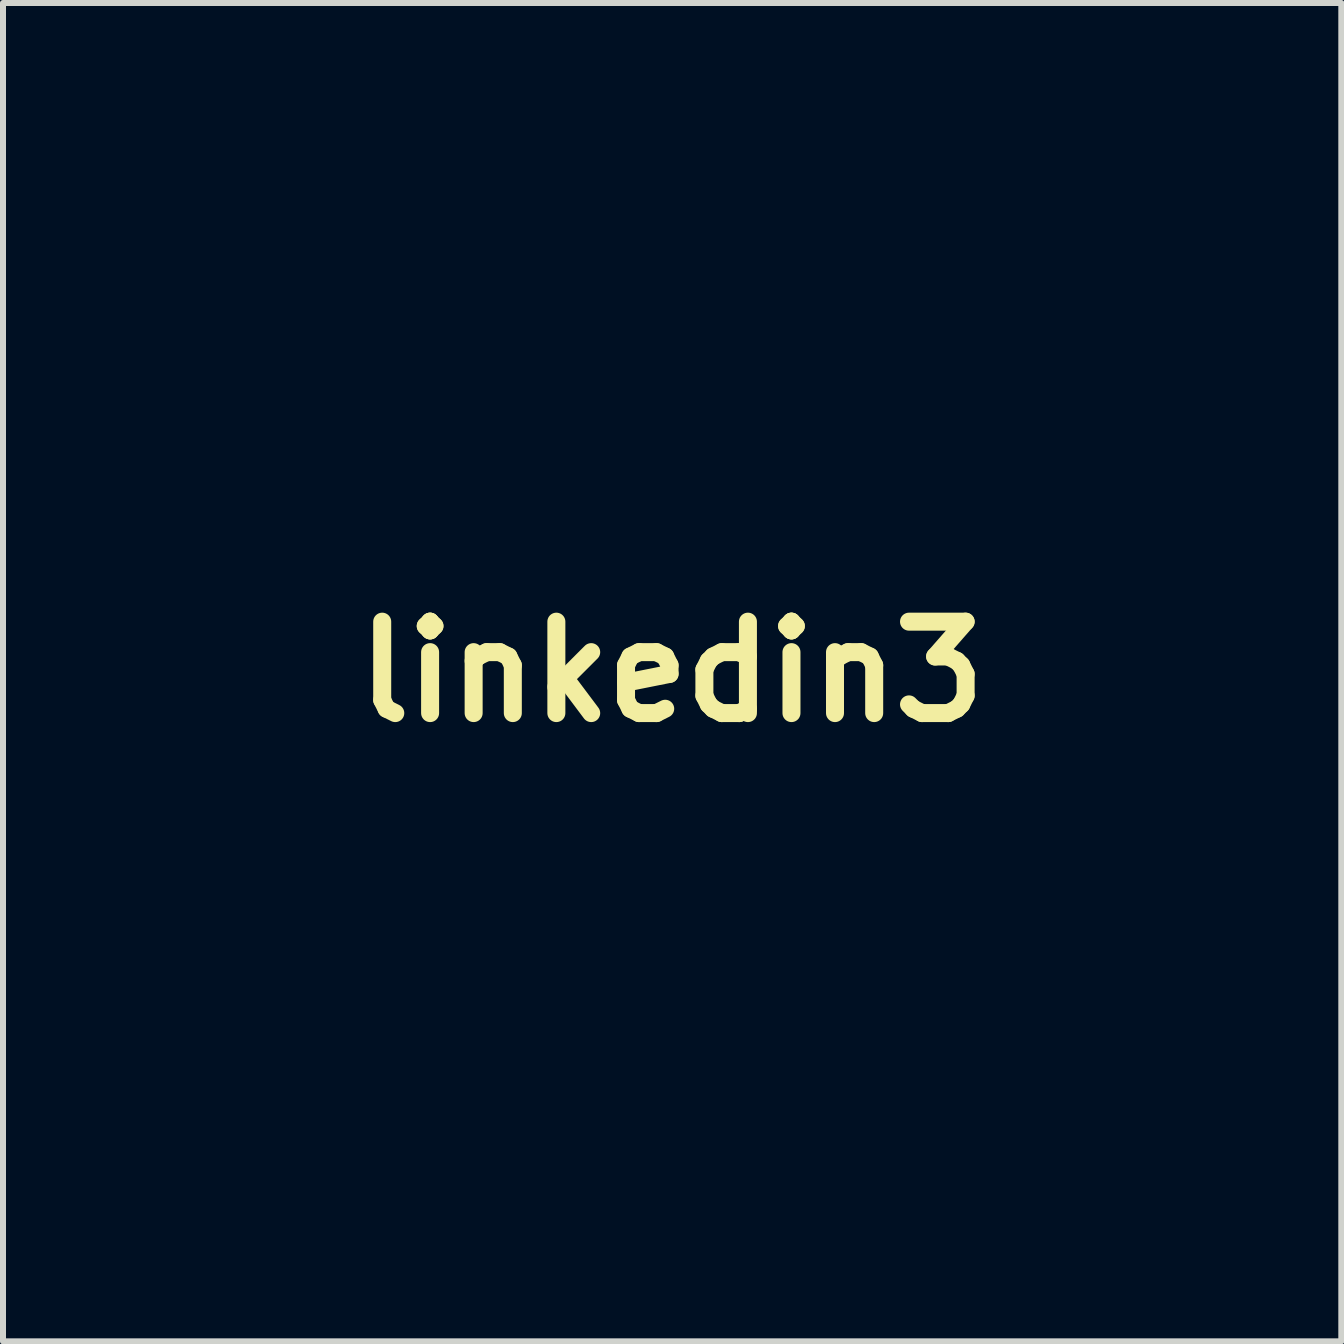
<source format=kicad_pcb>
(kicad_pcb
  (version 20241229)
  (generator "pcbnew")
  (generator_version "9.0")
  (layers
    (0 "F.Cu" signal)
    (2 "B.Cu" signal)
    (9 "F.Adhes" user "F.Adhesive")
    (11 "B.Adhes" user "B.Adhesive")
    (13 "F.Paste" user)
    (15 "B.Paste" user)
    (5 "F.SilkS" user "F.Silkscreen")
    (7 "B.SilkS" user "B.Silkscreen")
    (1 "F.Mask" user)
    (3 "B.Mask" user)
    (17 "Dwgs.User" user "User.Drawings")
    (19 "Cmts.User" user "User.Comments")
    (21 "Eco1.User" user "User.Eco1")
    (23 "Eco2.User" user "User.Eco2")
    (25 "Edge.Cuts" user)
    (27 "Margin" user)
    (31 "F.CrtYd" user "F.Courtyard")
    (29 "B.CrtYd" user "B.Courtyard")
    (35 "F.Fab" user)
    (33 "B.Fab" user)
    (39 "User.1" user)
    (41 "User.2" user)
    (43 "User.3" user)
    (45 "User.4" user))
  (footprint "linkedin3"
    (layer "F.Cu")
    (at 8.147 8.147)
    (property "Reference" "linkedin3" (at 0 0 0) (layer "F.SilkS") (effects (font (size 1.524 1.524) (thickness 0.3))))
    (attr through_hole)
    (fp_poly (pts (xy -5.179 0.254) (xy -5.179 -0.24) (xy -4.685 -0.24) (xy -4.685 0.254) (xy -5.179 0.254)) (stroke (width 0.01) (type solid)) (fill yes) (layer "B.Mask"))
    (fp_poly (pts (xy -5.179 1.736) (xy -5.673 1.736) (xy -5.673 1.242) (xy -5.179 1.242) (xy -5.179 1.736)) (stroke (width 0.01) (type solid)) (fill yes) (layer "B.Mask"))
    (fp_poly (pts (xy -4.191 -1.228) (xy -4.191 -1.722) (xy -3.697 -1.722) (xy -3.697 -1.228) (xy -4.191 -1.228)) (stroke (width 0.01) (type solid)) (fill yes) (layer "B.Mask"))
    (fp_poly (pts (xy -2.709 -0.24) (xy -2.709 -0.734) (xy -2.215 -0.734) (xy -2.215 -0.24) (xy -2.709 -0.24)) (stroke (width 0.01) (type solid)) (fill yes) (layer "B.Mask"))
    (fp_poly (pts (xy -1.722 -0.24) (xy -1.722 0.254) (xy -2.215 0.254) (xy -2.215 -0.24) (xy -1.722 -0.24)) (stroke (width 0.01) (type solid)) (fill yes) (layer "B.Mask"))
    (fp_poly (pts (xy -1.228 -2.709) (xy -0.734 -2.709) (xy -0.734 -2.215) (xy -1.228 -2.215) (xy -1.228 -2.709)) (stroke (width 0.01) (type solid)) (fill yes) (layer "B.Mask"))
    (fp_poly (pts (xy -1.228 -1.722) (xy -1.722 -1.722) (xy -1.722 -2.215) (xy -1.228 -2.215) (xy -1.228 -1.722)) (stroke (width 0.01) (type solid)) (fill yes) (layer "B.Mask"))
    (fp_poly (pts (xy -1.228 0.748) (xy -1.722 0.748) (xy -1.722 0.254) (xy -1.228 0.254) (xy -1.228 0.748)) (stroke (width 0.01) (type solid)) (fill yes) (layer "B.Mask"))
    (fp_poly (pts (xy -0.734 4.205) (xy -1.228 4.205) (xy -1.228 3.711) (xy -0.734 3.711) (xy -0.734 4.205)) (stroke (width 0.01) (type solid)) (fill yes) (layer "B.Mask"))
    (fp_poly (pts (xy -0.24 -1.722) (xy -0.734 -1.722) (xy -0.734 -2.215) (xy -0.24 -2.215) (xy -0.24 -1.722)) (stroke (width 0.01) (type solid)) (fill yes) (layer "B.Mask"))
    (fp_poly (pts (xy 1.242 -6.66) (xy 1.736 -6.66) (xy 1.736 -5.673) (xy 1.242 -5.673) (xy 1.242 -6.66)) (stroke (width 0.01) (type solid)) (fill yes) (layer "B.Mask"))
    (fp_poly (pts (xy 1.242 -5.179) (xy 0.748 -5.179) (xy 0.748 -5.673) (xy 1.242 -5.673) (xy 1.242 -5.179)) (stroke (width 0.01) (type solid)) (fill yes) (layer "B.Mask"))
    (fp_poly (pts (xy 1.242 1.736) (xy 0.748 1.736) (xy 0.748 1.242) (xy 1.242 1.242) (xy 1.242 1.736)) (stroke (width 0.01) (type solid)) (fill yes) (layer "B.Mask"))
    (fp_poly (pts (xy 2.723 -3.697) (xy 2.23 -3.697) (xy 2.23 -4.191) (xy 2.723 -4.191) (xy 2.723 -3.697)) (stroke (width 0.01) (type solid)) (fill yes) (layer "B.Mask"))
    (fp_poly (pts (xy 2.723 -1.228) (xy 2.23 -1.228) (xy 2.23 -2.215) (xy 2.723 -2.215) (xy 2.723 -1.228)) (stroke (width 0.01) (type solid)) (fill yes) (layer "B.Mask"))
    (fp_poly (pts (xy 2.723 3.711) (xy 2.23 3.711) (xy 2.23 3.217) (xy 2.723 3.217) (xy 2.723 3.711)) (stroke (width 0.01) (type solid)) (fill yes) (layer "B.Mask"))
    (fp_poly (pts (xy 5.193 5.193) (xy 5.193 4.699) (xy 5.687 4.699) (xy 5.687 5.193) (xy 5.193 5.193)) (stroke (width 0.01) (type solid)) (fill yes) (layer "B.Mask"))
    (fp_poly (pts (xy -1.722 4.205) (xy -2.215 4.205) (xy -2.215 3.711) (xy -2.709 3.711) (xy -2.709 3.217) (xy -1.722 3.217) (xy -1.722 4.205)) (stroke (width 0.01) (type solid)) (fill yes) (layer "B.Mask"))
    (fp_poly (pts (xy 1.242 6.181) (xy 0.748 6.181) (xy 0.748 6.675) (xy 0.254 6.675) (xy 0.254 5.687) (xy 1.242 5.687) (xy 1.242 6.181)) (stroke (width 0.01) (type solid)) (fill yes) (layer "B.Mask"))
    (fp_poly (pts (xy 6.675 5.193) (xy 6.675 6.181) (xy 6.181 6.181) (xy 6.181 5.687) (xy 5.687 5.687) (xy 5.687 5.193) (xy 6.675 5.193)) (stroke (width 0.01) (type solid)) (fill yes) (layer "B.Mask"))
    (fp_poly (pts (xy 5.193 1.736) (xy 5.687 1.736) (xy 5.687 2.723) (xy 4.205 2.723) (xy 4.205 2.23) (xy 4.699 2.23) (xy 4.699 1.242) (xy 5.193 1.242) (xy 5.193 1.736)) (stroke (width 0.01) (type solid)) (fill yes) (layer "B.Mask"))
    (fp_poly (pts (xy -4.219 -4.219) (xy -6.632 -4.219) (xy -6.632 -6.167) (xy -6.167 -6.167) (xy -6.167 -4.685) (xy -4.685 -4.685) (xy -4.685 -6.167) (xy -6.167 -6.167) (xy -6.632 -6.167) (xy -6.632 -6.632) (xy -4.219 -6.632) (xy -4.219 -4.219)) (stroke (width 0.01) (type solid)) (fill yes) (layer "B.Mask"))
    (fp_poly (pts (xy -4.219 6.646) (xy -6.632 6.646) (xy -6.632 4.699) (xy -6.167 4.699) (xy -6.167 6.181) (xy -4.685 6.181) (xy -4.685 4.699) (xy -6.167 4.699) (xy -6.632 4.699) (xy -6.632 4.233) (xy -4.219 4.233) (xy -4.219 6.646)) (stroke (width 0.01) (type solid)) (fill yes) (layer "B.Mask"))
    (fp_poly (pts (xy 4.699 4.699) (xy 3.217 4.699) (xy 3.217 3.711) (xy 3.711 3.711) (xy 3.711 4.205) (xy 4.205 4.205) (xy 4.205 3.711) (xy 3.711 3.711) (xy 3.217 3.711) (xy 3.217 3.217) (xy 4.699 3.217) (xy 4.699 4.699)) (stroke (width 0.01) (type solid)) (fill yes) (layer "B.Mask"))
    (fp_poly (pts (xy 6.646 -4.219) (xy 4.233 -4.219) (xy 4.233 -6.167) (xy 4.699 -6.167) (xy 4.699 -4.685) (xy 6.181 -4.685) (xy 6.181 -6.167) (xy 4.699 -6.167) (xy 4.233 -6.167) (xy 4.233 -6.632) (xy 6.646 -6.632) (xy 6.646 -4.219)) (stroke (width 0.01) (type solid)) (fill yes) (layer "B.Mask"))
    (fp_poly (pts (xy -2.215 -2.215) (xy -2.215 -1.228) (xy -2.709 -1.228) (xy -2.709 -1.722) (xy -3.697 -1.722) (xy -3.697 -2.215) (xy -4.685 -2.215) (xy -4.685 -2.709) (xy -3.203 -2.709) (xy -3.203 -3.203) (xy -2.709 -3.203) (xy -2.709 -2.215) (xy -2.215 -2.215) (xy -2.215 -3.203) (xy -2.709 -3.203) (xy -2.709 -4.191) (xy -2.215 -4.191) (xy -2.215 -3.697) (xy -1.722 -3.697) (xy -1.722 -2.215) (xy -2.215 -2.215)) (stroke (width 0.01) (type solid)) (fill yes) (layer "B.Mask"))
    (fp_poly (pts (xy -2.215 2.23) (xy -1.722 2.23) (xy -1.722 2.723) (xy -3.203 2.723) (xy -3.203 1.736) (xy -2.709 1.736) (xy -2.709 0.748) (xy -3.203 0.748) (xy -3.203 1.736) (xy -4.191 1.736) (xy -4.191 1.242) (xy -3.697 1.242) (xy -3.697 0.748) (xy -4.685 0.748) (xy -4.685 0.254) (xy -3.697 0.254) (xy -3.697 0.748) (xy -3.203 0.748) (xy -3.203 0.254) (xy -3.697 0.254) (xy -3.697 -0.24) (xy -4.191 -0.24) (xy -4.191 -0.734) (xy -3.697 -0.734) (xy -3.697 -1.228) (xy -3.203 -1.228) (xy -3.203 0.254) (xy -2.215 0.254) (xy -2.215 2.23)) (stroke (width 0.01) (type solid)) (fill yes) (layer "B.Mask"))
    (fp_poly (pts (xy 8.156 8.156) (xy -8.142 8.156) (xy -8.142 3.711) (xy -7.154 3.711) (xy -7.154 7.168) (xy -3.697 7.168) (xy -3.697 6.675) (xy -3.203 6.675) (xy -3.203 7.168) (xy -2.709 7.168) (xy -2.215 7.168) (xy -1.722 7.168) (xy -1.722 6.675) (xy 0.254 6.675) (xy 0.254 7.168) (xy 0.748 7.168) (xy 0.748 6.675) (xy 1.242 6.675) (xy 1.736 6.675) (xy 1.736 7.168) (xy 4.205 7.168) (xy 4.205 6.675) (xy 4.699 6.675) (xy 4.699 6.181) (xy 5.193 6.181) (xy 5.193 7.168) (xy 5.687 7.168) (xy 5.687 6.181) (xy 5.193 6.181) (xy 4.699 6.181) (xy 4.699 5.687) (xy 4.205 5.687) (xy 4.205 6.181) (xy 2.723 6.181) (xy 2.723 6.675) (xy 1.736 6.675) (xy 1.242 6.675) (xy 1.242 6.181) (xy 1.736 6.181) (xy 1.736 4.699) (xy 1.242 4.699) (xy 1.242 5.193) (xy -0.734 5.193) (xy -0.734 5.687) (xy -2.215 5.687) (xy -2.215 7.168) (xy -2.709 7.168) (xy -2.709 6.675) (xy -3.203 6.675) (xy -3.697 6.675) (xy -3.697 5.193) (xy -3.203 5.193) (xy -3.203 6.181) (xy -2.709 6.181) (xy -2.709 5.687) (xy -2.215 5.687) (xy -2.215 5.193) (xy -3.203 5.193) (xy -3.697 5.193) (xy -3.697 3.711) (xy -7.154 3.711) (xy -8.142 3.711) (xy -8.142 2.723) (xy -6.66 2.723) (xy -6.66 3.217) (xy -5.179 3.217) (xy -5.179 2.723) (xy -6.66 2.723) (xy -8.142 2.723) (xy -8.142 1.736) (xy -7.154 1.736) (xy -7.154 2.23) (xy -6.66 2.23) (xy -6.66 1.736) (xy -7.154 1.736) (xy -8.142 1.736) (xy -8.142 -0.24) (xy -7.154 -0.24) (xy -7.154 0.254) (xy -6.66 0.254) (xy -6.66 1.242) (xy -6.167 1.242) (xy -6.167 1.736) (xy -5.673 1.736) (xy -5.673 2.23) (xy -5.179 2.23) (xy -5.179 2.723) (xy -4.685 2.723) (xy -4.191 2.723) (xy -4.191 3.217) (xy -3.697 3.217) (xy -3.697 2.723) (xy -4.191 2.723) (xy -4.685 2.723) (xy -4.685 2.23) (xy -5.179 2.23) (xy -5.179 1.736) (xy -4.191 1.736) (xy -4.191 2.23) (xy -3.697 2.23) (xy -3.697 2.723) (xy -3.203 2.723) (xy -3.203 4.699) (xy -2.709 4.699) (xy -2.709 4.205) (xy -2.215 4.205) (xy -2.215 4.699) (xy -1.722 4.699) (xy -1.722 4.205) (xy -1.228 4.205) (xy -1.228 4.699) (xy 0.748 4.699) (xy 0.748 4.205) (xy -0.24 4.205) (xy -0.24 3.217) (xy -1.722 3.217) (xy -1.722 2.723) (xy -1.228 2.723) (xy -1.228 2.23) (xy -0.734 2.23) (xy -0.24 2.23) (xy -0.24 1.736) (xy -0.734 1.736) (xy -0.734 2.23) (xy -1.228 2.23) (xy -1.722 2.23) (xy -1.722 1.242) (xy -1.228 1.242) (xy -1.228 1.736) (xy -0.734 1.736) (xy -0.734 1.242) (xy -0.24 1.242) (xy 0.254 1.242) (xy 0.254 3.217) (xy 0.748 3.217) (xy 0.748 3.711) (xy 1.736 3.711) (xy 1.736 4.699) (xy 2.23 4.699) (xy 2.23 4.205) (xy 2.723 4.205) (xy 2.723 5.193) (xy 2.23 5.193) (xy 2.23 5.687) (xy 3.711 5.687) (xy 3.711 5.193) (xy 4.699 5.193) (xy 4.699 5.687) (xy 5.687 5.687) (xy 5.687 6.181) (xy 6.181 6.181) (xy 6.181 7.168) (xy 6.675 7.168) (xy 6.675 6.181) (xy 7.168 6.181) (xy 7.168 4.699) (xy 5.687 4.699) (xy 5.687 3.711) (xy 6.181 3.711) (xy 6.181 4.205) (xy 6.675 4.205) (xy 6.675 3.711) (xy 7.168 3.711) (xy 7.168 3.217) (xy 6.181 3.217) (xy 6.181 1.736) (xy 6.675 1.736) (xy 6.675 0.254) (xy 7.168 0.254) (xy 7.168 -0.734) (xy 6.181 -0.734) (xy 6.181 -1.228) (xy 6.675 -1.228) (xy 7.168 -1.228) (xy 7.168 -1.722) (xy 6.675 -1.722) (xy 6.675 -1.228) (xy 6.181 -1.228) (xy 5.193 -1.228) (xy 5.193 -0.734) (xy 5.687 -0.734) (xy 5.687 0.254) (xy 6.181 0.254) (xy 6.181 1.242) (xy 5.687 1.242) (xy 5.687 0.748) (xy 5.193 0.748) (xy 5.193 -0.24) (xy 4.699 -0.24) (xy 4.699 -0.734) (xy 3.711 -0.734) (xy 3.711 -0.24) (xy 4.205 -0.24) (xy 4.205 0.748) (xy 4.699 0.748) (xy 4.699 1.242) (xy 4.205 1.242) (xy 4.205 1.736) (xy 3.711 1.736) (xy 3.711 2.723) (xy 2.23 2.723) (xy 2.23 3.217) (xy 1.736 3.217) (xy 1.736 1.242) (xy 1.242 1.242) (xy 1.242 0.748) (xy 1.736 0.748) (xy 1.736 1.242) (xy 2.723 1.242) (xy 2.723 1.736) (xy 3.217 1.736) (xy 3.217 1.242) (xy 3.711 1.242) (xy 3.711 0.748) (xy 1.736 0.748) (xy 1.242 0.748) (xy 0.748 0.748) (xy 0.748 1.242) (xy 0.254 1.242) (xy -0.24 1.242) (xy -0.24 0.748) (xy -0.734 0.748) (xy -0.734 0.254) (xy -0.24 0.254) (xy -0.24 0.748) (xy 0.254 0.748) (xy 0.254 0.254) (xy 0.748 0.254) (xy 1.242 0.254) (xy 1.242 -0.24) (xy 0.748 -0.24) (xy 0.748 0.254) (xy 0.254 0.254) (xy -0.24 0.254) (xy -0.734 0.254) (xy -0.734 -0.24) (xy -1.722 -0.24) (xy -1.722 -0.734) (xy -1.228 -0.734) (xy -1.228 -1.722) (xy -0.734 -1.722) (xy -0.734 -0.734) (xy -0.24 -0.734) (xy -0.24 -0.24) (xy 0.748 -0.24) (xy 0.748 -0.734) (xy 0.254 -0.734) (xy 0.254 -1.228) (xy 1.242 -1.228) (xy 1.242 -0.734) (xy 1.736 -0.734) (xy 1.736 -1.228) (xy 1.242 -1.228) (xy 0.254 -1.228) (xy 0.254 -2.215) (xy -0.24 -2.215) (xy -0.24 -2.709) (xy -0.734 -2.709) (xy -0.734 -3.203) (xy -1.228 -3.203) (xy -1.228 -3.697) (xy -1.722 -3.697) (xy -1.722 -4.191) (xy -2.215 -4.191) (xy -2.215 -4.685) (xy -2.709 -4.685) (xy -2.709 -4.191) (xy -3.203 -4.191) (xy -3.203 -3.203) (xy -4.685 -3.203) (xy -4.685 -2.709) (xy -5.179 -2.709) (xy -5.179 -0.24) (xy -7.154 -0.24) (xy -8.142 -0.24) (xy -8.142 -2.215) (xy -6.66 -2.215) (xy -6.66 -0.734) (xy -6.167 -0.734) (xy -6.167 -2.215) (xy -6.66 -2.215) (xy -8.142 -2.215) (xy -8.142 -3.203) (xy -7.154 -3.203) (xy -7.154 -2.709) (xy -6.66 -2.709) (xy -6.66 -3.203) (xy -6.167 -3.203) (xy -6.167 -2.709) (xy -5.179 -2.709) (xy -5.179 -3.203) (xy -6.167 -3.203) (xy -6.66 -3.203) (xy -7.154 -3.203) (xy -8.142 -3.203) (xy -8.142 -7.154) (xy -7.154 -7.154) (xy -7.154 -3.697) (xy -3.697 -3.697) (xy -3.697 -5.673) (xy -3.203 -5.673) (xy -3.203 -5.179) (xy -2.709 -5.179) (xy -2.709 -5.673) (xy -2.215 -5.673) (xy -2.215 -5.179) (xy -1.722 -5.179) (xy -1.722 -4.685) (xy -1.228 -4.685) (xy -1.228 -3.697) (xy -0.734 -3.697) (xy -0.734 -4.191) (xy -0.24 -4.191) (xy -0.24 -2.709) (xy 0.254 -2.709) (xy 0.748 -2.709) (xy 0.748 -1.722) (xy 1.242 -1.722) (xy 1.242 -2.215) (xy 1.736 -2.215) (xy 1.736 -1.228) (xy 2.23 -1.228) (xy 2.23 0.254) (xy 3.217 0.254) (xy 3.217 -0.24) (xy 2.723 -0.24) (xy 2.723 -1.228) (xy 3.217 -1.228) (xy 3.217 -1.722) (xy 3.711 -1.722) (xy 3.711 -1.228) (xy 5.193 -1.228) (xy 5.193 -2.215) (xy 5.687 -2.215) (xy 5.687 -1.722) (xy 6.675 -1.722) (xy 6.675 -2.215) (xy 5.687 -2.215) (xy 5.193 -2.215) (xy 5.193 -2.709) (xy 4.205 -2.709) (xy 4.205 -3.203) (xy 5.193 -3.203) (xy 5.193 -2.709) (xy 5.687 -2.709) (xy 5.687 -3.203) (xy 6.181 -3.203) (xy 6.181 -2.709) (xy 6.675 -2.709) (xy 6.675 -2.215) (xy 7.168 -2.215) (xy 7.168 -3.203) (xy 6.181 -3.203) (xy 5.687 -3.203) (xy 5.193 -3.203) (xy 4.205 -3.203) (xy 3.711 -3.203) (xy 3.711 -2.709) (xy 3.217 -2.709) (xy 3.217 -2.215) (xy 2.723 -2.215) (xy 2.723 -2.709) (xy 1.736 -2.709) (xy 1.736 -3.203) (xy 2.723 -3.203) (xy 2.723 -3.697) (xy 3.217 -3.697) (xy 3.217 -4.191) (xy 2.723 -4.191) (xy 2.723 -5.179) (xy 2.23 -5.179) (xy 2.23 -4.685) (xy 1.736 -4.685) (xy 1.736 -3.697) (xy 1.242 -3.697) (xy 1.242 -2.709) (xy 0.748 -2.709) (xy 0.254 -2.709) (xy 0.254 -4.191) (xy -0.24 -4.191) (xy -0.734 -4.191) (xy -0.734 -4.685) (xy -1.228 -4.685) (xy -1.228 -5.179) (xy -1.722 -5.179) (xy -1.722 -5.673) (xy -2.215 -5.673) (xy -2.709 -5.673) (xy -3.203 -5.673) (xy -3.697 -5.673) (xy -3.697 -7.154) (xy -3.203 -7.154) (xy -3.203 -6.167) (xy -2.215 -6.167) (xy -1.722 -6.167) (xy -1.722 -5.673) (xy -1.228 -5.673) (xy -1.228 -6.167) (xy -0.734 -6.167) (xy -0.734 -5.179) (xy 0.254 -5.179) (xy 0.254 -4.685) (xy 0.748 -4.685) (xy 0.748 -3.697) (xy 1.242 -3.697) (xy 1.242 -5.179) (xy 1.736 -5.179) (xy 1.736 -5.673) (xy 2.23 -5.673) (xy 2.23 -6.66) (xy 3.217 -6.66) (xy 3.217 -7.154) (xy 3.711 -7.154) (xy 3.711 -3.697) (xy 7.168 -3.697) (xy 7.168 -7.154) (xy 3.711 -7.154) (xy 3.217 -7.154) (xy 0.748 -7.154) (xy 0.748 -5.673) (xy -0.24 -5.673) (xy -0.24 -6.167) (xy -0.734 -6.167) (xy -1.228 -6.167) (xy -1.722 -6.167) (xy -2.215 -6.167) (xy -2.215 -6.66) (xy -2.709 -6.66) (xy -2.709 -7.154) (xy -2.215 -7.154) (xy -2.215 -6.66) (xy -1.722 -6.66) (xy -1.722 -7.154) (xy -1.228 -7.154) (xy -1.228 -6.66) (xy -0.734 -6.66) (xy -0.734 -7.154) (xy -0.24 -7.154) (xy -0.24 -6.66) (xy 0.254 -6.66) (xy 0.254 -7.154) (xy -0.24 -7.154) (xy -0.734 -7.154) (xy -1.228 -7.154) (xy -1.722 -7.154) (xy -2.215 -7.154) (xy -2.709 -7.154) (xy -3.203 -7.154) (xy -3.697 -7.154) (xy -7.154 -7.154) (xy -8.142 -7.154) (xy -8.142 -8.142) (xy 8.156 -8.142) (xy 8.156 8.156)) (stroke (width 0.01) (type solid)) (fill yes) (layer "B.Mask")))
  (gr_rect
    (start -3 -3)
    (end 19.308 19.308)
    (stroke (width 0.1) (type default))
    (fill no)
    (layer "Edge.Cuts")))
</source>
